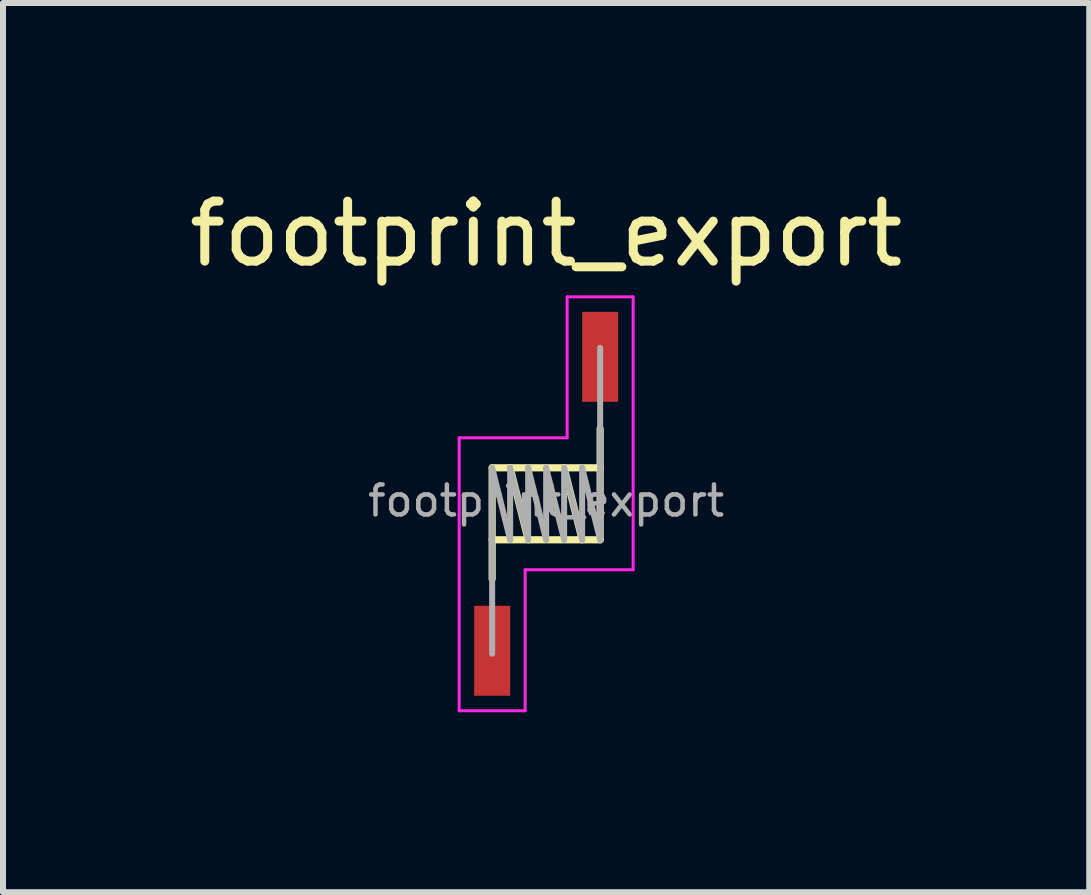
<source format=kicad_pcb>
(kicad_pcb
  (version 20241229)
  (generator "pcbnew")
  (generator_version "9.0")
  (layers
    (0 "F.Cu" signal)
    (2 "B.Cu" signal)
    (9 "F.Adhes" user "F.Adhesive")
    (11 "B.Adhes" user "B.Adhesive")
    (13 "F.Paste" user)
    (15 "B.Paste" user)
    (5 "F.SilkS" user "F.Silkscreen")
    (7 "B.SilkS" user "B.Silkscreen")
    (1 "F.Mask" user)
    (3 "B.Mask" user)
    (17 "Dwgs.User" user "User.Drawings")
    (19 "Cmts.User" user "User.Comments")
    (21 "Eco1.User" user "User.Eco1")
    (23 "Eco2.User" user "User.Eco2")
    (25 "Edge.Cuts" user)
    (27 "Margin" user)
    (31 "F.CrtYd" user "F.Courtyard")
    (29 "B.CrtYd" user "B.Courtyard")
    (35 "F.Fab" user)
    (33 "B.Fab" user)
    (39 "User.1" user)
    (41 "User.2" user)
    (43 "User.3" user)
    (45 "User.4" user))
  (footprint "footprint_export"
    (layer "F.Cu")
    (at 6.054 5.348)
    (property "Reference" "footprint_export" (at 0 -4.5 0) (layer "F.SilkS") (effects (font (size 1 1) (thickness 0.15))))
    (attr smd)
    (fp_line (start -0.9 -0.6) (end 0.9 -0.6) (stroke (width 0.12) (type solid)) (layer "F.SilkS"))
    (fp_line (start -0.9 1.25) (end -0.9 -0.6) (stroke (width 0.12) (type solid)) (layer "F.SilkS"))
    (fp_line (start -0.6 -0.6) (end -0.3 0.6) (stroke (width 0.12) (type solid)) (layer "F.SilkS"))
    (fp_line (start 0.3 -0.6) (end 0.6 0.6) (stroke (width 0.12) (type solid)) (layer "F.SilkS"))
    (fp_line (start 0.9 0.6) (end -0.9 0.6) (stroke (width 0.12) (type solid)) (layer "F.SilkS"))
    (fp_line (start 0.9 0.6) (end 0.9 -1.25) (stroke (width 0.12) (type solid)) (layer "F.SilkS"))
    (fp_line (start -1.45 -1.1) (end -1.45 3.45) (stroke (width 0.05) (type solid)) (layer "F.CrtYd"))
    (fp_line (start -1.45 3.45) (end -0.35 3.45) (stroke (width 0.05) (type solid)) (layer "F.CrtYd"))
    (fp_line (start -0.35 1.1) (end 1.45 1.1) (stroke (width 0.05) (type solid)) (layer "F.CrtYd"))
    (fp_line (start -0.35 3.45) (end -0.35 1.1) (stroke (width 0.05) (type solid)) (layer "F.CrtYd"))
    (fp_line (start 0.35 -3.45) (end 0.35 -1.1) (stroke (width 0.05) (type solid)) (layer "F.CrtYd"))
    (fp_line (start 0.35 -1.1) (end -1.45 -1.1) (stroke (width 0.05) (type solid)) (layer "F.CrtYd"))
    (fp_line (start 1.45 -3.45) (end 0.35 -3.45) (stroke (width 0.05) (type solid)) (layer "F.CrtYd"))
    (fp_line (start 1.45 1.1) (end 1.45 -3.45) (stroke (width 0.05) (type solid)) (layer "F.CrtYd"))
    (fp_line (start -0.9 -0.6) (end -0.6 0.6) (stroke (width 0.1) (type solid)) (layer "F.Fab"))
    (fp_line (start -0.9 2.5) (end -0.9 -0.6) (stroke (width 0.1) (type solid)) (layer "F.Fab"))
    (fp_line (start -0.6 -0.6) (end -0.3 0.6) (stroke (width 0.1) (type solid)) (layer "F.Fab"))
    (fp_line (start -0.6 0.6) (end -0.6 -0.6) (stroke (width 0.1) (type solid)) (layer "F.Fab"))
    (fp_line (start -0.3 -0.6) (end 0 0.6) (stroke (width 0.1) (type solid)) (layer "F.Fab"))
    (fp_line (start -0.3 0.6) (end -0.3 -0.6) (stroke (width 0.1) (type solid)) (layer "F.Fab"))
    (fp_line (start 0 0.6) (end 0 -0.6) (stroke (width 0.1) (type solid)) (layer "F.Fab"))
    (fp_line (start 0.3 -0.6) (end 0.3 0.6) (stroke (width 0.1) (type solid)) (layer "F.Fab"))
    (fp_line (start 0.3 -0.6) (end 0.6 0.6) (stroke (width 0.1) (type solid)) (layer "F.Fab"))
    (fp_line (start 0.3 0.6) (end 0 -0.6) (stroke (width 0.1) (type solid)) (layer "F.Fab"))
    (fp_line (start 0.6 -0.6) (end 0.9 0.6) (stroke (width 0.1) (type solid)) (layer "F.Fab"))
    (fp_line (start 0.6 0.6) (end 0.6 -0.6) (stroke (width 0.1) (type solid)) (layer "F.Fab"))
    (fp_line (start 0.9 0.6) (end 0.9 -2.6) (stroke (width 0.1) (type solid)) (layer "F.Fab"))
    (fp_text user "${REFERENCE}" (at 0 -0.05 0) (layer "F.Fab") (effects (font (size 0.5 0.5) (thickness 0.075))))
    (pad "1" smd rect (at -0.9 2.45) (size 0.6 1.5) (layers "F.Cu" "F.Mask" "F.Paste"))
    (pad "2" smd rect (at 0.9 -2.45) (size 0.6 1.5) (layers "F.Cu" "F.Mask" "F.Paste")))
  (gr_rect
    (start -3 -3)
    (end 15.107 11.823)
    (stroke (width 0.1) (type default))
    (fill no)
    (layer "Edge.Cuts")))
</source>
